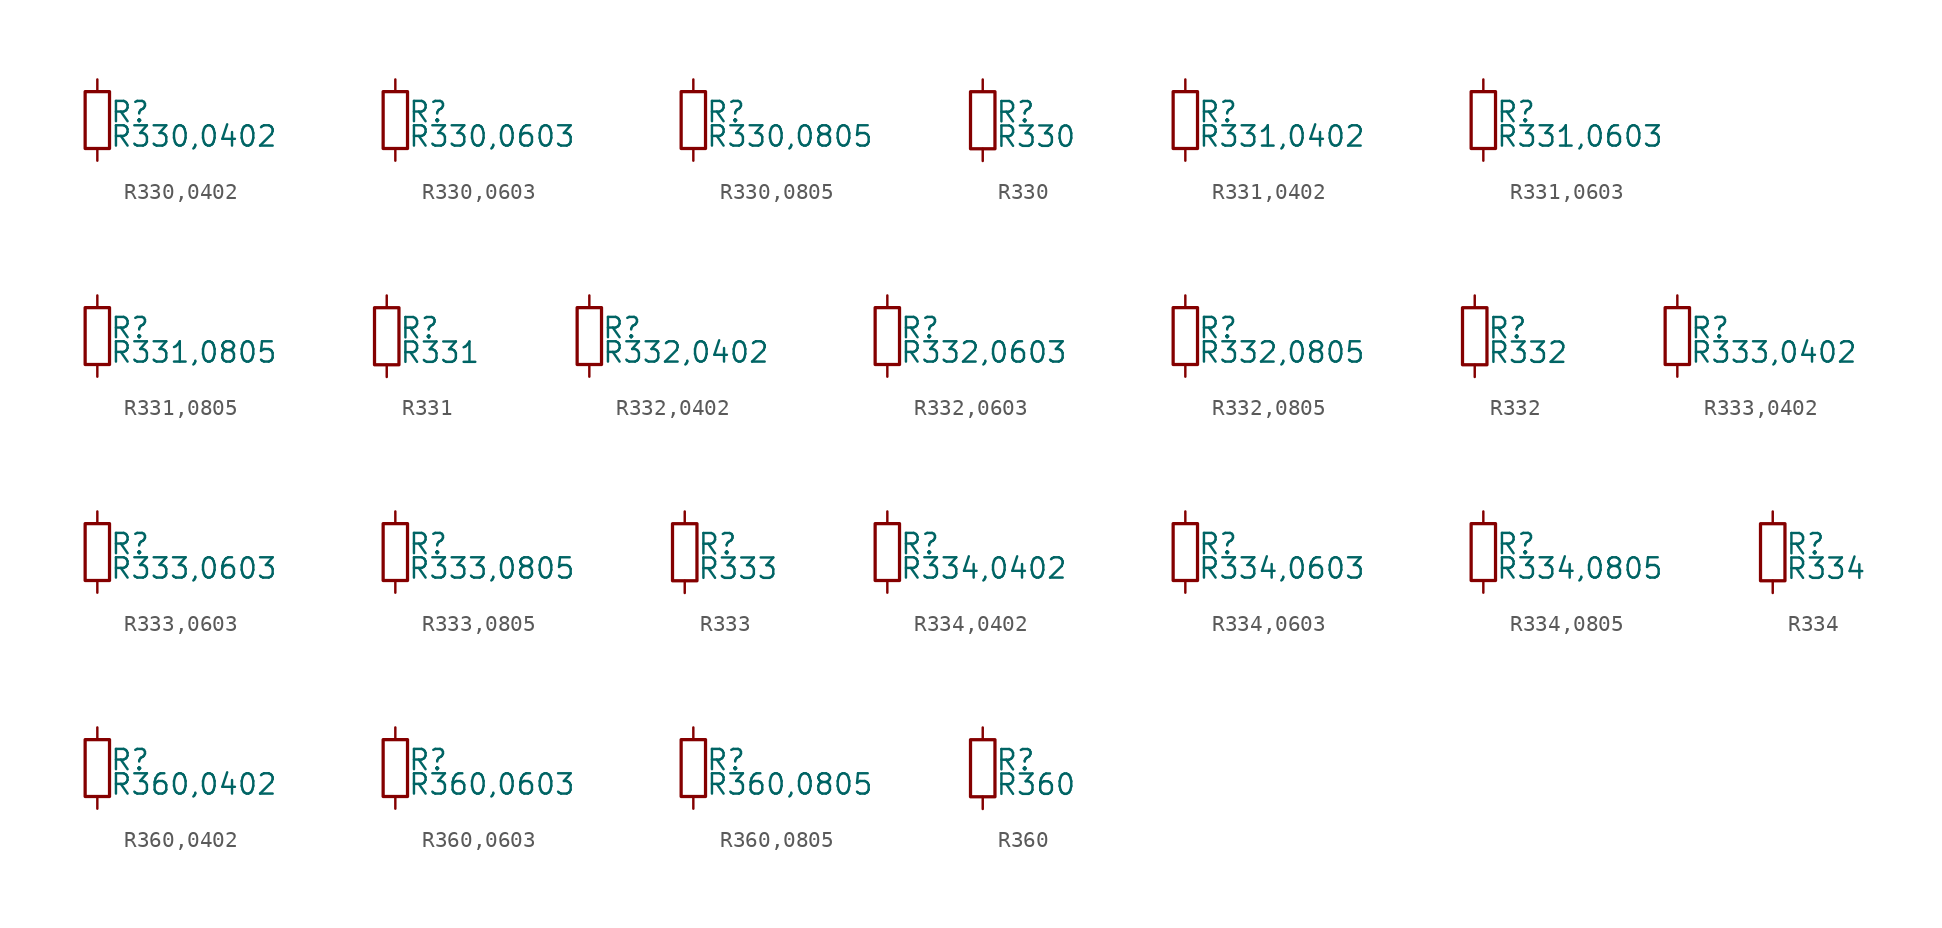
<source format=kicad_sym>
(kicad_symbol_lib
  (version 20211014)
  (generator kicad_symbol_editor)
  (symbol "R330,0402"
    (pin_numbers hide)
    (pin_names
      (offset 0.254) hide)
    (property "Reference" "R"
      (at 0.762 0.508 0)
      (effects (font (size 1.27 1.27)) (justify left)))
    (property "Value" "R330,0402"
      (at 0.762 -1.016 0)
      (effects (font (size 1.27 1.27)) (justify left)))
    (symbol "R330,0402_0_1"
      (rectangle (start -0.762 1.778) (end 0.762 -1.778) (stroke (width 0.203) (type default) (color 0 0 0 0)) (fill (type none))))
    (symbol "R330,0402_1_1"
      (pin passive line (at 0 2.54 270) (length 0.762) (name "~" (effects (font (size 1.27 1.27)))) (number "1" (effects (font (size 1.27 1.27)))))
      (pin passive line (at 0 -2.54 90) (length 0.762) (name "~" (effects (font (size 1.27 1.27)))) (number "2" (effects (font (size 1.27 1.27)))))))
  (symbol "R330,0603"
    (pin_numbers hide)
    (pin_names
      (offset 0.254) hide)
    (property "Reference" "R"
      (at 0.762 0.508 0)
      (effects (font (size 1.27 1.27)) (justify left)))
    (property "Value" "R330,0603"
      (at 0.762 -1.016 0)
      (effects (font (size 1.27 1.27)) (justify left)))
    (symbol "R330,0603_0_1"
      (rectangle (start -0.762 1.778) (end 0.762 -1.778) (stroke (width 0.203) (type default) (color 0 0 0 0)) (fill (type none))))
    (symbol "R330,0603_1_1"
      (pin passive line (at 0 2.54 270) (length 0.762) (name "~" (effects (font (size 1.27 1.27)))) (number "1" (effects (font (size 1.27 1.27)))))
      (pin passive line (at 0 -2.54 90) (length 0.762) (name "~" (effects (font (size 1.27 1.27)))) (number "2" (effects (font (size 1.27 1.27)))))))
  (symbol "R330,0805"
    (pin_numbers hide)
    (pin_names
      (offset 0.254) hide)
    (property "Reference" "R"
      (at 0.762 0.508 0)
      (effects (font (size 1.27 1.27)) (justify left)))
    (property "Value" "R330,0805"
      (at 0.762 -1.016 0)
      (effects (font (size 1.27 1.27)) (justify left)))
    (symbol "R330,0805_0_1"
      (rectangle (start -0.762 1.778) (end 0.762 -1.778) (stroke (width 0.203) (type default) (color 0 0 0 0)) (fill (type none))))
    (symbol "R330,0805_1_1"
      (pin passive line (at 0 2.54 270) (length 0.762) (name "~" (effects (font (size 1.27 1.27)))) (number "1" (effects (font (size 1.27 1.27)))))
      (pin passive line (at 0 -2.54 90) (length 0.762) (name "~" (effects (font (size 1.27 1.27)))) (number "2" (effects (font (size 1.27 1.27)))))))
  (symbol "R330"
    (pin_numbers hide)
    (pin_names
      (offset 0.254) hide)
    (property "Reference" "R"
      (at 0.762 0.508 0)
      (effects (font (size 1.27 1.27)) (justify left)))
    (property "Value" "R330"
      (at 0.762 -1.016 0)
      (effects (font (size 1.27 1.27)) (justify left)))
    (symbol "R330_0_1"
      (rectangle (start -0.762 1.778) (end 0.762 -1.778) (stroke (width 0.203) (type default) (color 0 0 0 0)) (fill (type none))))
    (symbol "R330_1_1"
      (pin passive line (at 0 2.54 270) (length 0.762) (name "~" (effects (font (size 1.27 1.27)))) (number "1" (effects (font (size 1.27 1.27)))))
      (pin passive line (at 0 -2.54 90) (length 0.762) (name "~" (effects (font (size 1.27 1.27)))) (number "2" (effects (font (size 1.27 1.27)))))))
  (symbol "R331,0402"
    (pin_numbers hide)
    (pin_names
      (offset 0.254) hide)
    (property "Reference" "R"
      (at 0.762 0.508 0)
      (effects (font (size 1.27 1.27)) (justify left)))
    (property "Value" "R331,0402"
      (at 0.762 -1.016 0)
      (effects (font (size 1.27 1.27)) (justify left)))
    (symbol "R331,0402_0_1"
      (rectangle (start -0.762 1.778) (end 0.762 -1.778) (stroke (width 0.203) (type default) (color 0 0 0 0)) (fill (type none))))
    (symbol "R331,0402_1_1"
      (pin passive line (at 0 2.54 270) (length 0.762) (name "~" (effects (font (size 1.27 1.27)))) (number "1" (effects (font (size 1.27 1.27)))))
      (pin passive line (at 0 -2.54 90) (length 0.762) (name "~" (effects (font (size 1.27 1.27)))) (number "2" (effects (font (size 1.27 1.27)))))))
  (symbol "R331,0603"
    (pin_numbers hide)
    (pin_names
      (offset 0.254) hide)
    (property "Reference" "R"
      (at 0.762 0.508 0)
      (effects (font (size 1.27 1.27)) (justify left)))
    (property "Value" "R331,0603"
      (at 0.762 -1.016 0)
      (effects (font (size 1.27 1.27)) (justify left)))
    (symbol "R331,0603_0_1"
      (rectangle (start -0.762 1.778) (end 0.762 -1.778) (stroke (width 0.203) (type default) (color 0 0 0 0)) (fill (type none))))
    (symbol "R331,0603_1_1"
      (pin passive line (at 0 2.54 270) (length 0.762) (name "~" (effects (font (size 1.27 1.27)))) (number "1" (effects (font (size 1.27 1.27)))))
      (pin passive line (at 0 -2.54 90) (length 0.762) (name "~" (effects (font (size 1.27 1.27)))) (number "2" (effects (font (size 1.27 1.27)))))))
  (symbol "R331,0805"
    (pin_numbers hide)
    (pin_names
      (offset 0.254) hide)
    (property "Reference" "R"
      (at 0.762 0.508 0)
      (effects (font (size 1.27 1.27)) (justify left)))
    (property "Value" "R331,0805"
      (at 0.762 -1.016 0)
      (effects (font (size 1.27 1.27)) (justify left)))
    (symbol "R331,0805_0_1"
      (rectangle (start -0.762 1.778) (end 0.762 -1.778) (stroke (width 0.203) (type default) (color 0 0 0 0)) (fill (type none))))
    (symbol "R331,0805_1_1"
      (pin passive line (at 0 2.54 270) (length 0.762) (name "~" (effects (font (size 1.27 1.27)))) (number "1" (effects (font (size 1.27 1.27)))))
      (pin passive line (at 0 -2.54 90) (length 0.762) (name "~" (effects (font (size 1.27 1.27)))) (number "2" (effects (font (size 1.27 1.27)))))))
  (symbol "R331"
    (pin_numbers hide)
    (pin_names
      (offset 0.254) hide)
    (property "Reference" "R"
      (at 0.762 0.508 0)
      (effects (font (size 1.27 1.27)) (justify left)))
    (property "Value" "R331"
      (at 0.762 -1.016 0)
      (effects (font (size 1.27 1.27)) (justify left)))
    (symbol "R331_0_1"
      (rectangle (start -0.762 1.778) (end 0.762 -1.778) (stroke (width 0.203) (type default) (color 0 0 0 0)) (fill (type none))))
    (symbol "R331_1_1"
      (pin passive line (at 0 2.54 270) (length 0.762) (name "~" (effects (font (size 1.27 1.27)))) (number "1" (effects (font (size 1.27 1.27)))))
      (pin passive line (at 0 -2.54 90) (length 0.762) (name "~" (effects (font (size 1.27 1.27)))) (number "2" (effects (font (size 1.27 1.27)))))))
  (symbol "R332,0402"
    (pin_numbers hide)
    (pin_names
      (offset 0.254) hide)
    (property "Reference" "R"
      (at 0.762 0.508 0)
      (effects (font (size 1.27 1.27)) (justify left)))
    (property "Value" "R332,0402"
      (at 0.762 -1.016 0)
      (effects (font (size 1.27 1.27)) (justify left)))
    (symbol "R332,0402_0_1"
      (rectangle (start -0.762 1.778) (end 0.762 -1.778) (stroke (width 0.203) (type default) (color 0 0 0 0)) (fill (type none))))
    (symbol "R332,0402_1_1"
      (pin passive line (at 0 2.54 270) (length 0.762) (name "~" (effects (font (size 1.27 1.27)))) (number "1" (effects (font (size 1.27 1.27)))))
      (pin passive line (at 0 -2.54 90) (length 0.762) (name "~" (effects (font (size 1.27 1.27)))) (number "2" (effects (font (size 1.27 1.27)))))))
  (symbol "R332,0603"
    (pin_numbers hide)
    (pin_names
      (offset 0.254) hide)
    (property "Reference" "R"
      (at 0.762 0.508 0)
      (effects (font (size 1.27 1.27)) (justify left)))
    (property "Value" "R332,0603"
      (at 0.762 -1.016 0)
      (effects (font (size 1.27 1.27)) (justify left)))
    (symbol "R332,0603_0_1"
      (rectangle (start -0.762 1.778) (end 0.762 -1.778) (stroke (width 0.203) (type default) (color 0 0 0 0)) (fill (type none))))
    (symbol "R332,0603_1_1"
      (pin passive line (at 0 2.54 270) (length 0.762) (name "~" (effects (font (size 1.27 1.27)))) (number "1" (effects (font (size 1.27 1.27)))))
      (pin passive line (at 0 -2.54 90) (length 0.762) (name "~" (effects (font (size 1.27 1.27)))) (number "2" (effects (font (size 1.27 1.27)))))))
  (symbol "R332,0805"
    (pin_numbers hide)
    (pin_names
      (offset 0.254) hide)
    (property "Reference" "R"
      (at 0.762 0.508 0)
      (effects (font (size 1.27 1.27)) (justify left)))
    (property "Value" "R332,0805"
      (at 0.762 -1.016 0)
      (effects (font (size 1.27 1.27)) (justify left)))
    (symbol "R332,0805_0_1"
      (rectangle (start -0.762 1.778) (end 0.762 -1.778) (stroke (width 0.203) (type default) (color 0 0 0 0)) (fill (type none))))
    (symbol "R332,0805_1_1"
      (pin passive line (at 0 2.54 270) (length 0.762) (name "~" (effects (font (size 1.27 1.27)))) (number "1" (effects (font (size 1.27 1.27)))))
      (pin passive line (at 0 -2.54 90) (length 0.762) (name "~" (effects (font (size 1.27 1.27)))) (number "2" (effects (font (size 1.27 1.27)))))))
  (symbol "R332"
    (pin_numbers hide)
    (pin_names
      (offset 0.254) hide)
    (property "Reference" "R"
      (at 0.762 0.508 0)
      (effects (font (size 1.27 1.27)) (justify left)))
    (property "Value" "R332"
      (at 0.762 -1.016 0)
      (effects (font (size 1.27 1.27)) (justify left)))
    (symbol "R332_0_1"
      (rectangle (start -0.762 1.778) (end 0.762 -1.778) (stroke (width 0.203) (type default) (color 0 0 0 0)) (fill (type none))))
    (symbol "R332_1_1"
      (pin passive line (at 0 2.54 270) (length 0.762) (name "~" (effects (font (size 1.27 1.27)))) (number "1" (effects (font (size 1.27 1.27)))))
      (pin passive line (at 0 -2.54 90) (length 0.762) (name "~" (effects (font (size 1.27 1.27)))) (number "2" (effects (font (size 1.27 1.27)))))))
  (symbol "R333,0402"
    (pin_numbers hide)
    (pin_names
      (offset 0.254) hide)
    (property "Reference" "R"
      (at 0.762 0.508 0)
      (effects (font (size 1.27 1.27)) (justify left)))
    (property "Value" "R333,0402"
      (at 0.762 -1.016 0)
      (effects (font (size 1.27 1.27)) (justify left)))
    (symbol "R333,0402_0_1"
      (rectangle (start -0.762 1.778) (end 0.762 -1.778) (stroke (width 0.203) (type default) (color 0 0 0 0)) (fill (type none))))
    (symbol "R333,0402_1_1"
      (pin passive line (at 0 2.54 270) (length 0.762) (name "~" (effects (font (size 1.27 1.27)))) (number "1" (effects (font (size 1.27 1.27)))))
      (pin passive line (at 0 -2.54 90) (length 0.762) (name "~" (effects (font (size 1.27 1.27)))) (number "2" (effects (font (size 1.27 1.27)))))))
  (symbol "R333,0603"
    (pin_numbers hide)
    (pin_names
      (offset 0.254) hide)
    (property "Reference" "R"
      (at 0.762 0.508 0)
      (effects (font (size 1.27 1.27)) (justify left)))
    (property "Value" "R333,0603"
      (at 0.762 -1.016 0)
      (effects (font (size 1.27 1.27)) (justify left)))
    (symbol "R333,0603_0_1"
      (rectangle (start -0.762 1.778) (end 0.762 -1.778) (stroke (width 0.203) (type default) (color 0 0 0 0)) (fill (type none))))
    (symbol "R333,0603_1_1"
      (pin passive line (at 0 2.54 270) (length 0.762) (name "~" (effects (font (size 1.27 1.27)))) (number "1" (effects (font (size 1.27 1.27)))))
      (pin passive line (at 0 -2.54 90) (length 0.762) (name "~" (effects (font (size 1.27 1.27)))) (number "2" (effects (font (size 1.27 1.27)))))))
  (symbol "R333,0805"
    (pin_numbers hide)
    (pin_names
      (offset 0.254) hide)
    (property "Reference" "R"
      (at 0.762 0.508 0)
      (effects (font (size 1.27 1.27)) (justify left)))
    (property "Value" "R333,0805"
      (at 0.762 -1.016 0)
      (effects (font (size 1.27 1.27)) (justify left)))
    (symbol "R333,0805_0_1"
      (rectangle (start -0.762 1.778) (end 0.762 -1.778) (stroke (width 0.203) (type default) (color 0 0 0 0)) (fill (type none))))
    (symbol "R333,0805_1_1"
      (pin passive line (at 0 2.54 270) (length 0.762) (name "~" (effects (font (size 1.27 1.27)))) (number "1" (effects (font (size 1.27 1.27)))))
      (pin passive line (at 0 -2.54 90) (length 0.762) (name "~" (effects (font (size 1.27 1.27)))) (number "2" (effects (font (size 1.27 1.27)))))))
  (symbol "R333"
    (pin_numbers hide)
    (pin_names
      (offset 0.254) hide)
    (property "Reference" "R"
      (at 0.762 0.508 0)
      (effects (font (size 1.27 1.27)) (justify left)))
    (property "Value" "R333"
      (at 0.762 -1.016 0)
      (effects (font (size 1.27 1.27)) (justify left)))
    (symbol "R333_0_1"
      (rectangle (start -0.762 1.778) (end 0.762 -1.778) (stroke (width 0.203) (type default) (color 0 0 0 0)) (fill (type none))))
    (symbol "R333_1_1"
      (pin passive line (at 0 2.54 270) (length 0.762) (name "~" (effects (font (size 1.27 1.27)))) (number "1" (effects (font (size 1.27 1.27)))))
      (pin passive line (at 0 -2.54 90) (length 0.762) (name "~" (effects (font (size 1.27 1.27)))) (number "2" (effects (font (size 1.27 1.27)))))))
  (symbol "R334,0402"
    (pin_numbers hide)
    (pin_names
      (offset 0.254) hide)
    (property "Reference" "R"
      (at 0.762 0.508 0)
      (effects (font (size 1.27 1.27)) (justify left)))
    (property "Value" "R334,0402"
      (at 0.762 -1.016 0)
      (effects (font (size 1.27 1.27)) (justify left)))
    (symbol "R334,0402_0_1"
      (rectangle (start -0.762 1.778) (end 0.762 -1.778) (stroke (width 0.203) (type default) (color 0 0 0 0)) (fill (type none))))
    (symbol "R334,0402_1_1"
      (pin passive line (at 0 2.54 270) (length 0.762) (name "~" (effects (font (size 1.27 1.27)))) (number "1" (effects (font (size 1.27 1.27)))))
      (pin passive line (at 0 -2.54 90) (length 0.762) (name "~" (effects (font (size 1.27 1.27)))) (number "2" (effects (font (size 1.27 1.27)))))))
  (symbol "R334,0603"
    (pin_numbers hide)
    (pin_names
      (offset 0.254) hide)
    (property "Reference" "R"
      (at 0.762 0.508 0)
      (effects (font (size 1.27 1.27)) (justify left)))
    (property "Value" "R334,0603"
      (at 0.762 -1.016 0)
      (effects (font (size 1.27 1.27)) (justify left)))
    (symbol "R334,0603_0_1"
      (rectangle (start -0.762 1.778) (end 0.762 -1.778) (stroke (width 0.203) (type default) (color 0 0 0 0)) (fill (type none))))
    (symbol "R334,0603_1_1"
      (pin passive line (at 0 2.54 270) (length 0.762) (name "~" (effects (font (size 1.27 1.27)))) (number "1" (effects (font (size 1.27 1.27)))))
      (pin passive line (at 0 -2.54 90) (length 0.762) (name "~" (effects (font (size 1.27 1.27)))) (number "2" (effects (font (size 1.27 1.27)))))))
  (symbol "R334,0805"
    (pin_numbers hide)
    (pin_names
      (offset 0.254) hide)
    (property "Reference" "R"
      (at 0.762 0.508 0)
      (effects (font (size 1.27 1.27)) (justify left)))
    (property "Value" "R334,0805"
      (at 0.762 -1.016 0)
      (effects (font (size 1.27 1.27)) (justify left)))
    (symbol "R334,0805_0_1"
      (rectangle (start -0.762 1.778) (end 0.762 -1.778) (stroke (width 0.203) (type default) (color 0 0 0 0)) (fill (type none))))
    (symbol "R334,0805_1_1"
      (pin passive line (at 0 2.54 270) (length 0.762) (name "~" (effects (font (size 1.27 1.27)))) (number "1" (effects (font (size 1.27 1.27)))))
      (pin passive line (at 0 -2.54 90) (length 0.762) (name "~" (effects (font (size 1.27 1.27)))) (number "2" (effects (font (size 1.27 1.27)))))))
  (symbol "R334"
    (pin_numbers hide)
    (pin_names
      (offset 0.254) hide)
    (property "Reference" "R"
      (at 0.762 0.508 0)
      (effects (font (size 1.27 1.27)) (justify left)))
    (property "Value" "R334"
      (at 0.762 -1.016 0)
      (effects (font (size 1.27 1.27)) (justify left)))
    (symbol "R334_0_1"
      (rectangle (start -0.762 1.778) (end 0.762 -1.778) (stroke (width 0.203) (type default) (color 0 0 0 0)) (fill (type none))))
    (symbol "R334_1_1"
      (pin passive line (at 0 2.54 270) (length 0.762) (name "~" (effects (font (size 1.27 1.27)))) (number "1" (effects (font (size 1.27 1.27)))))
      (pin passive line (at 0 -2.54 90) (length 0.762) (name "~" (effects (font (size 1.27 1.27)))) (number "2" (effects (font (size 1.27 1.27)))))))
  (symbol "R360,0402"
    (pin_numbers hide)
    (pin_names
      (offset 0.254) hide)
    (property "Reference" "R"
      (at 0.762 0.508 0)
      (effects (font (size 1.27 1.27)) (justify left)))
    (property "Value" "R360,0402"
      (at 0.762 -1.016 0)
      (effects (font (size 1.27 1.27)) (justify left)))
    (symbol "R360,0402_0_1"
      (rectangle (start -0.762 1.778) (end 0.762 -1.778) (stroke (width 0.203) (type default) (color 0 0 0 0)) (fill (type none))))
    (symbol "R360,0402_1_1"
      (pin passive line (at 0 2.54 270) (length 0.762) (name "~" (effects (font (size 1.27 1.27)))) (number "1" (effects (font (size 1.27 1.27)))))
      (pin passive line (at 0 -2.54 90) (length 0.762) (name "~" (effects (font (size 1.27 1.27)))) (number "2" (effects (font (size 1.27 1.27)))))))
  (symbol "R360,0603"
    (pin_numbers hide)
    (pin_names
      (offset 0.254) hide)
    (property "Reference" "R"
      (at 0.762 0.508 0)
      (effects (font (size 1.27 1.27)) (justify left)))
    (property "Value" "R360,0603"
      (at 0.762 -1.016 0)
      (effects (font (size 1.27 1.27)) (justify left)))
    (symbol "R360,0603_0_1"
      (rectangle (start -0.762 1.778) (end 0.762 -1.778) (stroke (width 0.203) (type default) (color 0 0 0 0)) (fill (type none))))
    (symbol "R360,0603_1_1"
      (pin passive line (at 0 2.54 270) (length 0.762) (name "~" (effects (font (size 1.27 1.27)))) (number "1" (effects (font (size 1.27 1.27)))))
      (pin passive line (at 0 -2.54 90) (length 0.762) (name "~" (effects (font (size 1.27 1.27)))) (number "2" (effects (font (size 1.27 1.27)))))))
  (symbol "R360,0805"
    (pin_numbers hide)
    (pin_names
      (offset 0.254) hide)
    (property "Reference" "R"
      (at 0.762 0.508 0)
      (effects (font (size 1.27 1.27)) (justify left)))
    (property "Value" "R360,0805"
      (at 0.762 -1.016 0)
      (effects (font (size 1.27 1.27)) (justify left)))
    (symbol "R360,0805_0_1"
      (rectangle (start -0.762 1.778) (end 0.762 -1.778) (stroke (width 0.203) (type default) (color 0 0 0 0)) (fill (type none))))
    (symbol "R360,0805_1_1"
      (pin passive line (at 0 2.54 270) (length 0.762) (name "~" (effects (font (size 1.27 1.27)))) (number "1" (effects (font (size 1.27 1.27)))))
      (pin passive line (at 0 -2.54 90) (length 0.762) (name "~" (effects (font (size 1.27 1.27)))) (number "2" (effects (font (size 1.27 1.27)))))))
  (symbol "R360"
    (pin_numbers hide)
    (pin_names
      (offset 0.254) hide)
    (property "Reference" "R"
      (at 0.762 0.508 0)
      (effects (font (size 1.27 1.27)) (justify left)))
    (property "Value" "R360"
      (at 0.762 -1.016 0)
      (effects (font (size 1.27 1.27)) (justify left)))
    (symbol "R360_0_1"
      (rectangle (start -0.762 1.778) (end 0.762 -1.778) (stroke (width 0.203) (type default) (color 0 0 0 0)) (fill (type none))))
    (symbol "R360_1_1"
      (pin passive line (at 0 2.54 270) (length 0.762) (name "~" (effects (font (size 1.27 1.27)))) (number "1" (effects (font (size 1.27 1.27)))))
      (pin passive line (at 0 -2.54 90) (length 0.762) (name "~" (effects (font (size 1.27 1.27)))) (number "2" (effects (font (size 1.27 1.27))))))))
</source>
